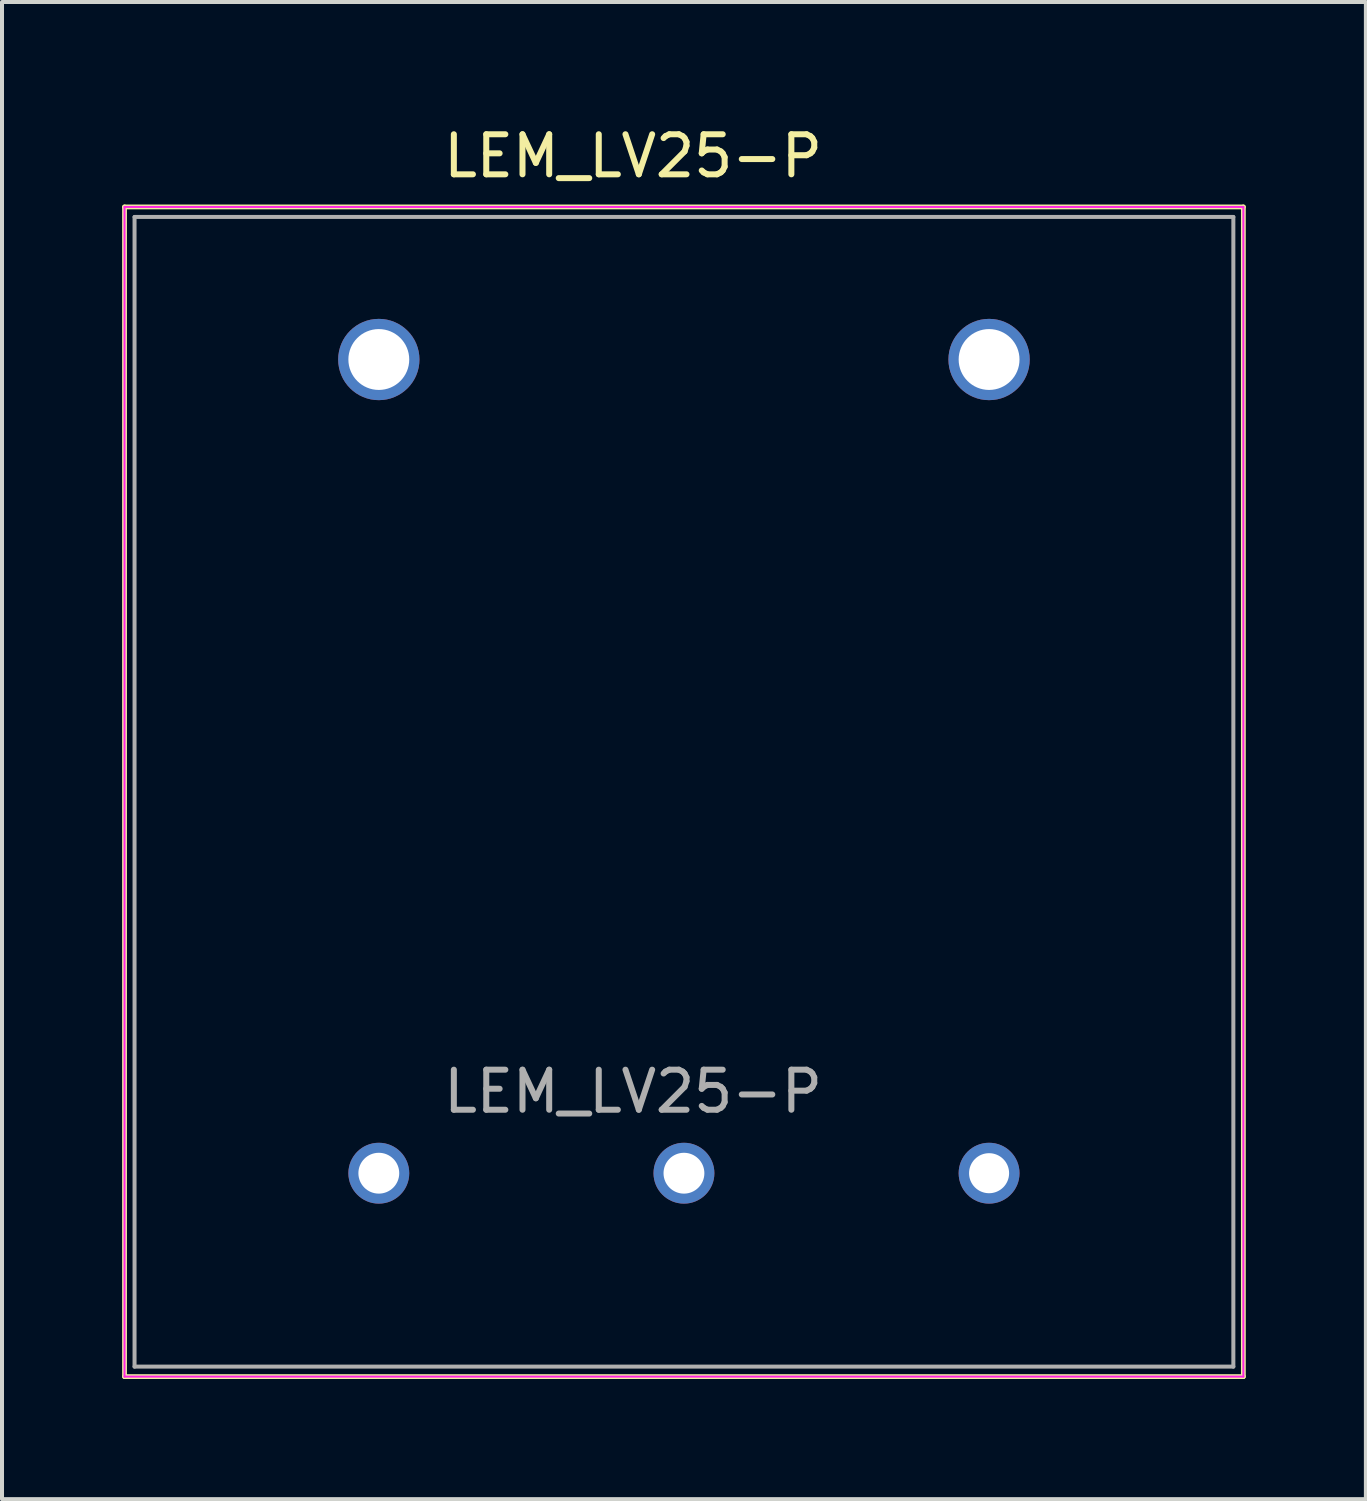
<source format=kicad_pcb>
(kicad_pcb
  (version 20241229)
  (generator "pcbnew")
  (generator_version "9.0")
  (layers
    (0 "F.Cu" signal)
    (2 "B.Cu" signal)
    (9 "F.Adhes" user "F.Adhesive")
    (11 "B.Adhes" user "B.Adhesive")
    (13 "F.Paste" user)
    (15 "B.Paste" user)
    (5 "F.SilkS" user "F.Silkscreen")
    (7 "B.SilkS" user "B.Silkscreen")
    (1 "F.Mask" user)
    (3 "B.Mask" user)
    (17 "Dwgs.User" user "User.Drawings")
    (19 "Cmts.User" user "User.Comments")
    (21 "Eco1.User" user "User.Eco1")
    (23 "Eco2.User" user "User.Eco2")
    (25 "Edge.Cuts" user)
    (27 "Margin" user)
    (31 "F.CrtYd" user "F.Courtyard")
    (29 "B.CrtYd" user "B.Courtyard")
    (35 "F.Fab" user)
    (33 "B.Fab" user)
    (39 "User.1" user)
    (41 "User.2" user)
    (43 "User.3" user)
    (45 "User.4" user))
  (footprint "LEM_LV25-P"
    (layer "F.Cu")
    (at 21.65 5.928)
    (property "Reference" "LEM_LV25-P" (at -8.89 -5.08 0) (layer "F.SilkS") (effects (font (size 1 1) (thickness 0.15))))
    (attr through_hole)
    (fp_line (start -21.59 -3.81) (end 6.35 -3.81) (stroke (width 0.12) (type solid)) (layer "F.SilkS"))
    (fp_line (start -21.59 25.4) (end -21.59 -3.81) (stroke (width 0.12) (type solid)) (layer "F.SilkS"))
    (fp_line (start 6.35 -3.81) (end 6.35 25.4) (stroke (width 0.12) (type solid)) (layer "F.SilkS"))
    (fp_line (start 6.35 25.4) (end -21.59 25.4) (stroke (width 0.12) (type solid)) (layer "F.SilkS"))
    (fp_line (start -21.59 -3.81) (end -21.59 25.4) (stroke (width 0.05) (type solid)) (layer "F.CrtYd"))
    (fp_line (start -21.59 -3.81) (end 6.35 -3.81) (stroke (width 0.05) (type solid)) (layer "F.CrtYd"))
    (fp_line (start 6.35 25.4) (end -21.59 25.4) (stroke (width 0.05) (type solid)) (layer "F.CrtYd"))
    (fp_line (start 6.35 25.4) (end 6.35 -3.81) (stroke (width 0.05) (type solid)) (layer "F.CrtYd"))
    (fp_line (start -21.34 -3.56) (end 6.1 -3.56) (stroke (width 0.1) (type solid)) (layer "F.Fab"))
    (fp_line (start -21.34 25.15) (end -21.34 -3.56) (stroke (width 0.1) (type solid)) (layer "F.Fab"))
    (fp_line (start 6.1 -3.56) (end 6.1 25.15) (stroke (width 0.1) (type solid)) (layer "F.Fab"))
    (fp_line (start 6.1 25.15) (end -21.34 25.15) (stroke (width 0.1) (type solid)) (layer "F.Fab"))
    (fp_text user "${REFERENCE}" (at -8.89 18.28 0) (layer "F.Fab") (effects (font (size 1 1) (thickness 0.15))))
    (pad "1" thru_hole circle (at 0 0) (size 2.03 2.03) (drill 1.52) (layers "*.Cu" "*.Mask"))
    (pad "3" thru_hole circle (at -15.24 0) (size 2.03 2.03) (drill 1.52) (layers "*.Cu" "*.Mask"))
    (pad "4" thru_hole circle (at -15.24 20.32) (size 1.52 1.52) (drill 1.02) (layers "*.Cu" "*.Mask"))
    (pad "5" thru_hole circle (at -7.62 20.32) (size 1.52 1.52) (drill 1.02) (layers "*.Cu" "*.Mask"))
    (pad "6" thru_hole circle (at 0 20.32) (size 1.52 1.52) (drill 1) (layers "*.Cu" "*.Mask")))
  (gr_rect
    (start -3 -3)
    (end 31.06 34.388)
    (stroke (width 0.1) (type default))
    (fill no)
    (layer "Edge.Cuts")))
</source>
